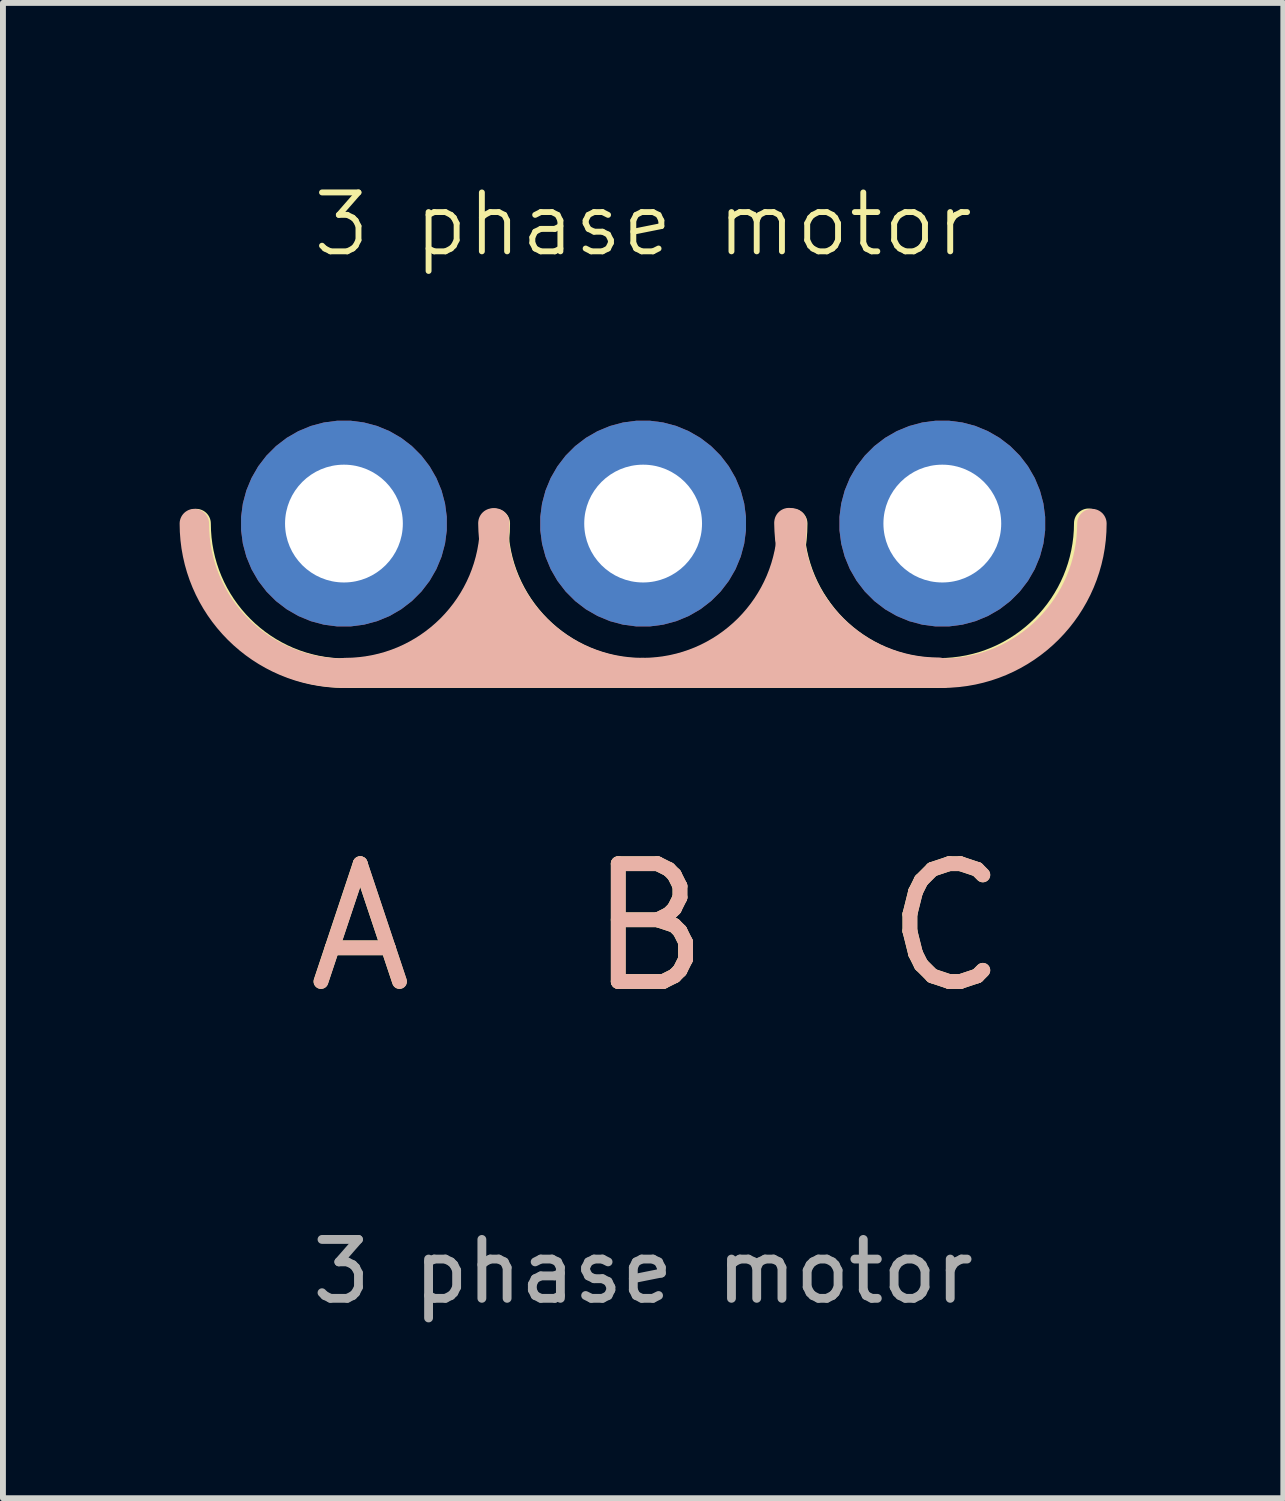
<source format=kicad_pcb>
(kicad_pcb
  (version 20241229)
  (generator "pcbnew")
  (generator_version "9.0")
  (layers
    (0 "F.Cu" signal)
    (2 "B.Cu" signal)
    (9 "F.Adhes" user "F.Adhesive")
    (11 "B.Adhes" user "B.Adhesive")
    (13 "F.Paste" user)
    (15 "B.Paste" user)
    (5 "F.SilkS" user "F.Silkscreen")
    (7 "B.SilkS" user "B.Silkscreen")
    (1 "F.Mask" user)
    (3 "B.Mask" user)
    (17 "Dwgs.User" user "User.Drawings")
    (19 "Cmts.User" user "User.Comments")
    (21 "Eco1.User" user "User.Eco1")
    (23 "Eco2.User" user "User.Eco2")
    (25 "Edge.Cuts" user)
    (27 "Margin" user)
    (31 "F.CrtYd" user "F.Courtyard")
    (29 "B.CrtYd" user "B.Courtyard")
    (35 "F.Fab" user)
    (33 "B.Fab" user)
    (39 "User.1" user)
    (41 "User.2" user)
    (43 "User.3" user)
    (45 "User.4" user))
  (footprint "3 phase motor"
    (layer "F.Cu")
    (at 7.87 5.84)
    (property "Reference" "3 phase motor" (at 0 -5.08 0) (unlocked yes) (layer "F.SilkS") (effects (font (size 1 1) (thickness 0.1))))
    (attr smd)
    (fp_line (start -5.08 2.54) (end 5.08 2.54) (stroke (width 0.5) (type default)) (layer "F.SilkS"))
    (fp_arc (start -5.05 2.54) (mid -6.846051 1.796051) (end -7.59 0) (stroke (width 0.5) (type default)) (layer "F.SilkS"))
    (fp_arc (start -2.51 0) (mid -3.253948 1.796052) (end -5.05 2.54) (stroke (width 0.5) (type default)) (layer "F.SilkS"))
    (fp_arc (start 0 2.54) (mid -1.796051 1.796051) (end -2.54 0) (stroke (width 0.5) (type default)) (layer "F.SilkS"))
    (fp_arc (start 2.54 0) (mid 1.796052 1.796052) (end 0 2.54) (stroke (width 0.5) (type default)) (layer "F.SilkS"))
    (fp_arc (start 5.026049 2.533949) (mid 3.229998 1.79) (end 2.486049 -0.006051) (stroke (width 0.5) (type default)) (layer "F.SilkS"))
    (fp_arc (start 7.566049 -0.006051) (mid 6.822101 1.790001) (end 5.026049 2.533949) (stroke (width 0.5) (type default)) (layer "F.SilkS"))
    (fp_poly (pts (xy -2.53 0.54) (xy -3.75 2.34) (xy -2.51 2.64) (xy -1.28 2.33)) (stroke (width 0.12) (type solid)) (fill yes) (layer "F.SilkS"))
    (fp_poly (pts (xy 2.53 0.53) (xy 1.31 2.33) (xy 2.55 2.63) (xy 3.78 2.32)) (stroke (width 0.12) (type solid)) (fill yes) (layer "F.SilkS"))
    (fp_line (start 5.08 2.54) (end -5.08 2.54) (stroke (width 0.5) (type default)) (layer "B.SilkS"))
    (fp_arc (start -5.08 2.54) (mid -6.876051 1.796051) (end -7.62 0) (stroke (width 0.5) (type default)) (layer "B.SilkS"))
    (fp_arc (start -2.52 -0.01) (mid -3.263948 1.786052) (end -5.06 2.53) (stroke (width 0.5) (type default)) (layer "B.SilkS"))
    (fp_arc (start -0.01 2.53) (mid -1.806051 1.786051) (end -2.55 -0.01) (stroke (width 0.5) (type default)) (layer "B.SilkS"))
    (fp_arc (start 2.53 -0.01) (mid 1.786052 1.786052) (end -0.01 2.53) (stroke (width 0.5) (type default)) (layer "B.SilkS"))
    (fp_arc (start 5.016049 2.523949) (mid 3.219998 1.78) (end 2.476049 -0.016051) (stroke (width 0.5) (type default)) (layer "B.SilkS"))
    (fp_arc (start 7.62 0) (mid 6.876051 1.796051) (end 5.08 2.54) (stroke (width 0.5) (type default)) (layer "B.SilkS"))
    (fp_poly (pts (xy -2.561 0.581) (xy -3.781 2.381) (xy -2.541 2.681) (xy -1.311 2.371)) (stroke (width 0.12) (type solid)) (fill yes) (layer "B.SilkS"))
    (fp_poly (pts (xy 2.499 0.571) (xy 1.279 2.371) (xy 2.519 2.671) (xy 3.749 2.361)) (stroke (width 0.12) (type solid)) (fill yes) (layer "B.SilkS"))
    (fp_text user "A  B  C" (at -5.826 8.033 0) (unlocked yes) (layer "F.SilkS") (effects (font (size 2 2) (thickness 0.25)) (justify left bottom)))
    (fp_text user "A  B  C" (at -5.824 8.033 0) (unlocked yes) (layer "B.SilkS") (effects (font (size 2 2) (thickness 0.25)) (justify left bottom)))
    (fp_text user "${REFERENCE}" (at 0 12.7 0) (unlocked yes) (layer "F.Fab") (effects (font (size 1 1) (thickness 0.15))))
    (pad "1" thru_hole custom (at -5.08 0) (size 3.5 3.5) (drill 2) (layers "*.Cu" "*.Mask") (options (anchor circle)) (primitives))
    (pad "2" thru_hole custom (at 0 0) (size 3.5 3.5) (drill 2) (layers "*.Cu" "*.Mask") (options (anchor circle)) (primitives))
    (pad "3" thru_hole custom (at 5.08 0) (size 3.5 3.5) (drill 2) (layers "*.Cu" "*.Mask") (options (anchor circle)) (primitives)))
  (gr_rect
    (start -3 -3)
    (end 18.74 22.389)
    (stroke (width 0.1) (type default))
    (fill no)
    (layer "Edge.Cuts")))
</source>
